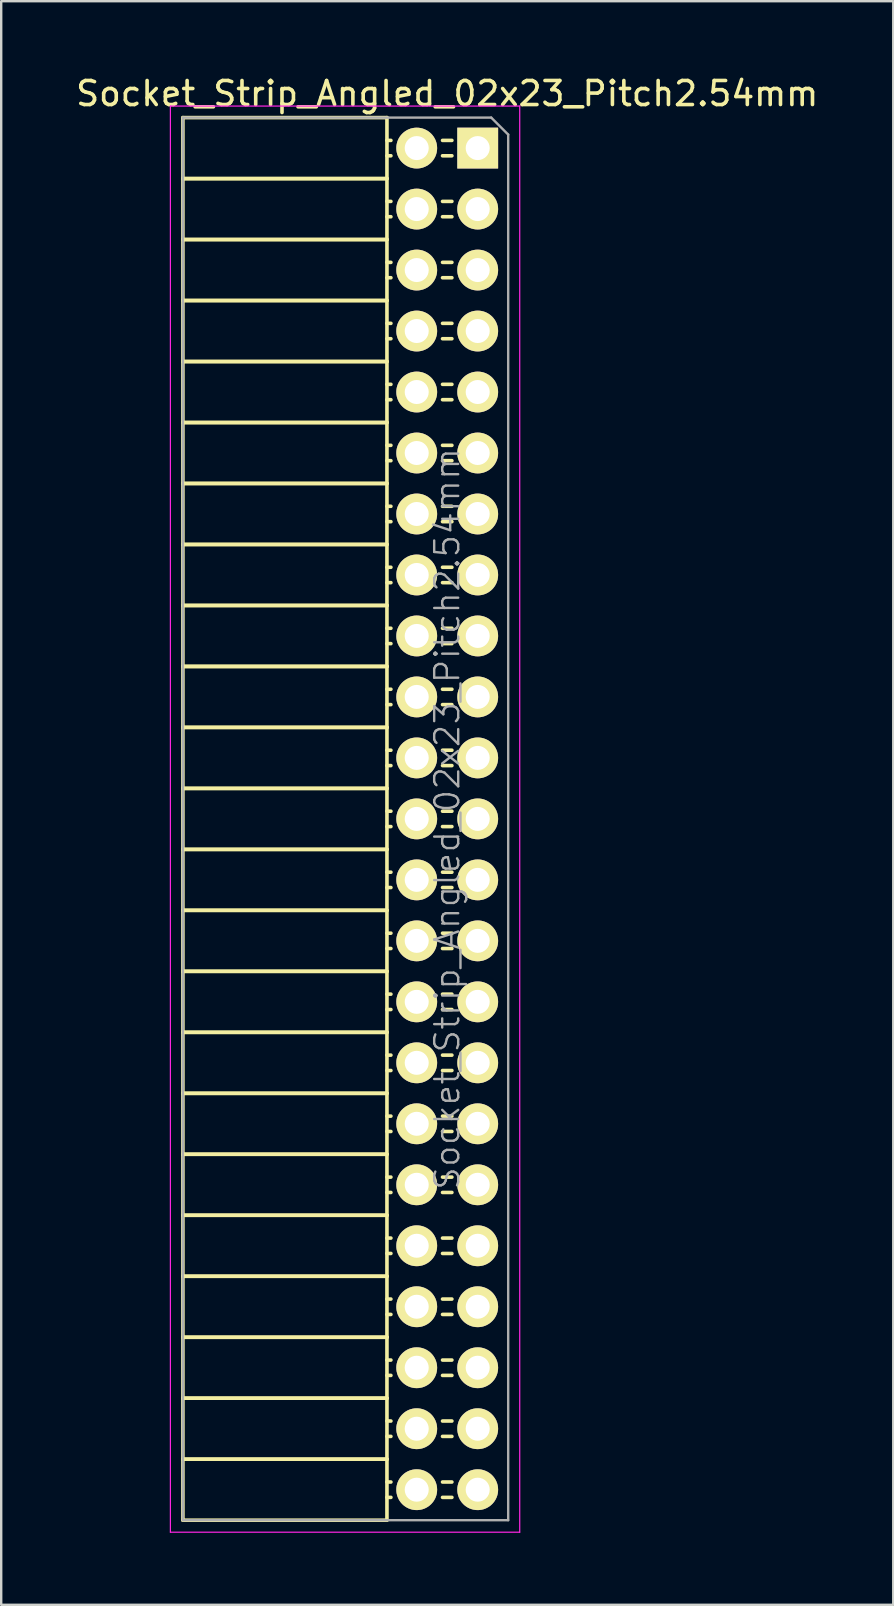
<source format=kicad_pcb>
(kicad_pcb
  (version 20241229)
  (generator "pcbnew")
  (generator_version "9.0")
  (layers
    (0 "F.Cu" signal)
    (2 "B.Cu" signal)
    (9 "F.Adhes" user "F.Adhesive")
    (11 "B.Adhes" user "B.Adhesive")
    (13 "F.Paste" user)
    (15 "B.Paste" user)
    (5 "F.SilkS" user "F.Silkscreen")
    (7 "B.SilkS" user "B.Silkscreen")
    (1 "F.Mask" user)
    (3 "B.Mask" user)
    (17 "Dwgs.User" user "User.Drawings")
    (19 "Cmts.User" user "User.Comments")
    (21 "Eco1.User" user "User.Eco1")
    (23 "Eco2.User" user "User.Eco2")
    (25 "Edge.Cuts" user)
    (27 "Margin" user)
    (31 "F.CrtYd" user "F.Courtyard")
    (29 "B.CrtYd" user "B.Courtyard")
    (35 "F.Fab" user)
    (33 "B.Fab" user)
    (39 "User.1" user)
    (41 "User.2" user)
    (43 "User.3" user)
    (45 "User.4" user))
  (footprint "Socket_Strip_Angled_02x23_Pitch2.54mm"
    (layer "F.Cu")
    (at 16.847 3.118)
    (property "Reference" "Socket_Strip_Angled_02x23_Pitch2.54mm" (at -1.27 -2.27 0) (layer "F.SilkS") (effects (font (size 1 1) (thickness 0.15))))
    (attr smd)
    (fp_line (start -12.28 -1.27) (end -12.28 1.27) (stroke (width 0.15) (type solid)) (layer "F.SilkS"))
    (fp_line (start -12.28 -1.27) (end -3.78 -1.27) (stroke (width 0.15) (type solid)) (layer "F.SilkS"))
    (fp_line (start -12.28 1.27) (end -12.28 3.81) (stroke (width 0.15) (type solid)) (layer "F.SilkS"))
    (fp_line (start -12.28 1.27) (end -3.78 1.27) (stroke (width 0.15) (type solid)) (layer "F.SilkS"))
    (fp_line (start -12.28 1.27) (end -3.78 1.27) (stroke (width 0.15) (type solid)) (layer "F.SilkS"))
    (fp_line (start -12.28 3.81) (end -12.28 6.35) (stroke (width 0.15) (type solid)) (layer "F.SilkS"))
    (fp_line (start -12.28 3.81) (end -3.78 3.81) (stroke (width 0.15) (type solid)) (layer "F.SilkS"))
    (fp_line (start -12.28 3.81) (end -3.78 3.81) (stroke (width 0.15) (type solid)) (layer "F.SilkS"))
    (fp_line (start -12.28 6.35) (end -12.28 8.89) (stroke (width 0.15) (type solid)) (layer "F.SilkS"))
    (fp_line (start -12.28 6.35) (end -3.78 6.35) (stroke (width 0.15) (type solid)) (layer "F.SilkS"))
    (fp_line (start -12.28 6.35) (end -3.78 6.35) (stroke (width 0.15) (type solid)) (layer "F.SilkS"))
    (fp_line (start -12.28 8.89) (end -12.28 11.43) (stroke (width 0.15) (type solid)) (layer "F.SilkS"))
    (fp_line (start -12.28 8.89) (end -3.78 8.89) (stroke (width 0.15) (type solid)) (layer "F.SilkS"))
    (fp_line (start -12.28 8.89) (end -3.78 8.89) (stroke (width 0.15) (type solid)) (layer "F.SilkS"))
    (fp_line (start -12.28 11.43) (end -12.28 13.97) (stroke (width 0.15) (type solid)) (layer "F.SilkS"))
    (fp_line (start -12.28 11.43) (end -3.78 11.43) (stroke (width 0.15) (type solid)) (layer "F.SilkS"))
    (fp_line (start -12.28 11.43) (end -3.78 11.43) (stroke (width 0.15) (type solid)) (layer "F.SilkS"))
    (fp_line (start -12.28 13.97) (end -12.28 16.51) (stroke (width 0.15) (type solid)) (layer "F.SilkS"))
    (fp_line (start -12.28 13.97) (end -3.78 13.97) (stroke (width 0.15) (type solid)) (layer "F.SilkS"))
    (fp_line (start -12.28 13.97) (end -3.78 13.97) (stroke (width 0.15) (type solid)) (layer "F.SilkS"))
    (fp_line (start -12.28 16.51) (end -12.28 19.05) (stroke (width 0.15) (type solid)) (layer "F.SilkS"))
    (fp_line (start -12.28 16.51) (end -3.78 16.51) (stroke (width 0.15) (type solid)) (layer "F.SilkS"))
    (fp_line (start -12.28 16.51) (end -3.78 16.51) (stroke (width 0.15) (type solid)) (layer "F.SilkS"))
    (fp_line (start -12.28 19.05) (end -12.28 21.59) (stroke (width 0.15) (type solid)) (layer "F.SilkS"))
    (fp_line (start -12.28 19.05) (end -3.78 19.05) (stroke (width 0.15) (type solid)) (layer "F.SilkS"))
    (fp_line (start -12.28 19.05) (end -3.78 19.05) (stroke (width 0.15) (type solid)) (layer "F.SilkS"))
    (fp_line (start -12.28 21.59) (end -12.28 24.13) (stroke (width 0.15) (type solid)) (layer "F.SilkS"))
    (fp_line (start -12.28 21.59) (end -3.78 21.59) (stroke (width 0.15) (type solid)) (layer "F.SilkS"))
    (fp_line (start -12.28 21.59) (end -3.78 21.59) (stroke (width 0.15) (type solid)) (layer "F.SilkS"))
    (fp_line (start -12.28 24.13) (end -12.28 26.67) (stroke (width 0.15) (type solid)) (layer "F.SilkS"))
    (fp_line (start -12.28 24.13) (end -3.78 24.13) (stroke (width 0.15) (type solid)) (layer "F.SilkS"))
    (fp_line (start -12.28 24.13) (end -3.78 24.13) (stroke (width 0.15) (type solid)) (layer "F.SilkS"))
    (fp_line (start -12.28 26.67) (end -12.28 29.21) (stroke (width 0.15) (type solid)) (layer "F.SilkS"))
    (fp_line (start -12.28 26.67) (end -3.78 26.67) (stroke (width 0.15) (type solid)) (layer "F.SilkS"))
    (fp_line (start -12.28 26.67) (end -3.78 26.67) (stroke (width 0.15) (type solid)) (layer "F.SilkS"))
    (fp_line (start -12.28 29.21) (end -12.28 31.75) (stroke (width 0.15) (type solid)) (layer "F.SilkS"))
    (fp_line (start -12.28 29.21) (end -3.78 29.21) (stroke (width 0.15) (type solid)) (layer "F.SilkS"))
    (fp_line (start -12.28 29.21) (end -3.78 29.21) (stroke (width 0.15) (type solid)) (layer "F.SilkS"))
    (fp_line (start -12.28 31.75) (end -12.28 34.29) (stroke (width 0.15) (type solid)) (layer "F.SilkS"))
    (fp_line (start -12.28 31.75) (end -3.78 31.75) (stroke (width 0.15) (type solid)) (layer "F.SilkS"))
    (fp_line (start -12.28 31.75) (end -3.78 31.75) (stroke (width 0.15) (type solid)) (layer "F.SilkS"))
    (fp_line (start -12.28 34.29) (end -12.28 36.83) (stroke (width 0.15) (type solid)) (layer "F.SilkS"))
    (fp_line (start -12.28 34.29) (end -3.78 34.29) (stroke (width 0.15) (type solid)) (layer "F.SilkS"))
    (fp_line (start -12.28 34.29) (end -3.78 34.29) (stroke (width 0.15) (type solid)) (layer "F.SilkS"))
    (fp_line (start -12.28 36.83) (end -12.28 39.37) (stroke (width 0.15) (type solid)) (layer "F.SilkS"))
    (fp_line (start -12.28 36.83) (end -3.78 36.83) (stroke (width 0.15) (type solid)) (layer "F.SilkS"))
    (fp_line (start -12.28 36.83) (end -3.78 36.83) (stroke (width 0.15) (type solid)) (layer "F.SilkS"))
    (fp_line (start -12.28 39.37) (end -12.28 41.91) (stroke (width 0.15) (type solid)) (layer "F.SilkS"))
    (fp_line (start -12.28 39.37) (end -3.78 39.37) (stroke (width 0.15) (type solid)) (layer "F.SilkS"))
    (fp_line (start -12.28 39.37) (end -3.78 39.37) (stroke (width 0.15) (type solid)) (layer "F.SilkS"))
    (fp_line (start -12.28 41.91) (end -12.28 44.45) (stroke (width 0.15) (type solid)) (layer "F.SilkS"))
    (fp_line (start -12.28 41.91) (end -3.78 41.91) (stroke (width 0.15) (type solid)) (layer "F.SilkS"))
    (fp_line (start -12.28 41.91) (end -3.78 41.91) (stroke (width 0.15) (type solid)) (layer "F.SilkS"))
    (fp_line (start -12.28 44.45) (end -12.28 46.99) (stroke (width 0.15) (type solid)) (layer "F.SilkS"))
    (fp_line (start -12.28 44.45) (end -3.78 44.45) (stroke (width 0.15) (type solid)) (layer "F.SilkS"))
    (fp_line (start -12.28 44.45) (end -3.78 44.45) (stroke (width 0.15) (type solid)) (layer "F.SilkS"))
    (fp_line (start -12.28 46.99) (end -12.28 49.53) (stroke (width 0.15) (type solid)) (layer "F.SilkS"))
    (fp_line (start -12.28 46.99) (end -3.78 46.99) (stroke (width 0.15) (type solid)) (layer "F.SilkS"))
    (fp_line (start -12.28 46.99) (end -3.78 46.99) (stroke (width 0.15) (type solid)) (layer "F.SilkS"))
    (fp_line (start -12.28 49.53) (end -12.28 52.07) (stroke (width 0.15) (type solid)) (layer "F.SilkS"))
    (fp_line (start -12.28 49.53) (end -3.78 49.53) (stroke (width 0.15) (type solid)) (layer "F.SilkS"))
    (fp_line (start -12.28 49.53) (end -3.78 49.53) (stroke (width 0.15) (type solid)) (layer "F.SilkS"))
    (fp_line (start -12.28 52.07) (end -12.28 54.61) (stroke (width 0.15) (type solid)) (layer "F.SilkS"))
    (fp_line (start -12.28 52.07) (end -3.78 52.07) (stroke (width 0.15) (type solid)) (layer "F.SilkS"))
    (fp_line (start -12.28 52.07) (end -3.78 52.07) (stroke (width 0.15) (type solid)) (layer "F.SilkS"))
    (fp_line (start -12.28 54.61) (end -12.28 57.15) (stroke (width 0.15) (type solid)) (layer "F.SilkS"))
    (fp_line (start -12.28 54.61) (end -3.78 54.61) (stroke (width 0.15) (type solid)) (layer "F.SilkS"))
    (fp_line (start -12.28 54.61) (end -3.78 54.61) (stroke (width 0.15) (type solid)) (layer "F.SilkS"))
    (fp_line (start -12.28 57.15) (end -3.78 57.15) (stroke (width 0.15) (type solid)) (layer "F.SilkS"))
    (fp_line (start -3.78 -1.27) (end -3.78 1.27) (stroke (width 0.15) (type solid)) (layer "F.SilkS"))
    (fp_line (start -3.78 -0.32) (end -3.615 -0.32) (stroke (width 0.15) (type solid)) (layer "F.SilkS"))
    (fp_line (start -3.78 0.32) (end -3.615 0.32) (stroke (width 0.15) (type solid)) (layer "F.SilkS"))
    (fp_line (start -3.78 1.27) (end -3.78 3.81) (stroke (width 0.15) (type solid)) (layer "F.SilkS"))
    (fp_line (start -3.78 2.22) (end -3.615 2.22) (stroke (width 0.15) (type solid)) (layer "F.SilkS"))
    (fp_line (start -3.78 2.86) (end -3.615 2.86) (stroke (width 0.15) (type solid)) (layer "F.SilkS"))
    (fp_line (start -3.78 3.81) (end -3.78 6.35) (stroke (width 0.15) (type solid)) (layer "F.SilkS"))
    (fp_line (start -3.78 4.76) (end -3.615 4.76) (stroke (width 0.15) (type solid)) (layer "F.SilkS"))
    (fp_line (start -3.78 5.4) (end -3.615 5.4) (stroke (width 0.15) (type solid)) (layer "F.SilkS"))
    (fp_line (start -3.78 6.35) (end -3.78 8.89) (stroke (width 0.15) (type solid)) (layer "F.SilkS"))
    (fp_line (start -3.78 7.3) (end -3.615 7.3) (stroke (width 0.15) (type solid)) (layer "F.SilkS"))
    (fp_line (start -3.78 7.94) (end -3.615 7.94) (stroke (width 0.15) (type solid)) (layer "F.SilkS"))
    (fp_line (start -3.78 8.89) (end -3.78 11.43) (stroke (width 0.15) (type solid)) (layer "F.SilkS"))
    (fp_line (start -3.78 9.84) (end -3.615 9.84) (stroke (width 0.15) (type solid)) (layer "F.SilkS"))
    (fp_line (start -3.78 10.48) (end -3.615 10.48) (stroke (width 0.15) (type solid)) (layer "F.SilkS"))
    (fp_line (start -3.78 11.43) (end -3.78 13.97) (stroke (width 0.15) (type solid)) (layer "F.SilkS"))
    (fp_line (start -3.78 12.38) (end -3.615 12.38) (stroke (width 0.15) (type solid)) (layer "F.SilkS"))
    (fp_line (start -3.78 13.02) (end -3.615 13.02) (stroke (width 0.15) (type solid)) (layer "F.SilkS"))
    (fp_line (start -3.78 13.97) (end -3.78 16.51) (stroke (width 0.15) (type solid)) (layer "F.SilkS"))
    (fp_line (start -3.78 14.92) (end -3.615 14.92) (stroke (width 0.15) (type solid)) (layer "F.SilkS"))
    (fp_line (start -3.78 15.56) (end -3.615 15.56) (stroke (width 0.15) (type solid)) (layer "F.SilkS"))
    (fp_line (start -3.78 16.51) (end -3.78 19.05) (stroke (width 0.15) (type solid)) (layer "F.SilkS"))
    (fp_line (start -3.78 17.46) (end -3.615 17.46) (stroke (width 0.15) (type solid)) (layer "F.SilkS"))
    (fp_line (start -3.78 18.1) (end -3.615 18.1) (stroke (width 0.15) (type solid)) (layer "F.SilkS"))
    (fp_line (start -3.78 19.05) (end -3.78 21.59) (stroke (width 0.15) (type solid)) (layer "F.SilkS"))
    (fp_line (start -3.78 20) (end -3.615 20) (stroke (width 0.15) (type solid)) (layer "F.SilkS"))
    (fp_line (start -3.78 20.64) (end -3.615 20.64) (stroke (width 0.15) (type solid)) (layer "F.SilkS"))
    (fp_line (start -3.78 21.59) (end -3.78 24.13) (stroke (width 0.15) (type solid)) (layer "F.SilkS"))
    (fp_line (start -3.78 22.54) (end -3.615 22.54) (stroke (width 0.15) (type solid)) (layer "F.SilkS"))
    (fp_line (start -3.78 23.18) (end -3.615 23.18) (stroke (width 0.15) (type solid)) (layer "F.SilkS"))
    (fp_line (start -3.78 24.13) (end -3.78 26.67) (stroke (width 0.15) (type solid)) (layer "F.SilkS"))
    (fp_line (start -3.78 25.08) (end -3.615 25.08) (stroke (width 0.15) (type solid)) (layer "F.SilkS"))
    (fp_line (start -3.78 25.72) (end -3.615 25.72) (stroke (width 0.15) (type solid)) (layer "F.SilkS"))
    (fp_line (start -3.78 26.67) (end -3.78 29.21) (stroke (width 0.15) (type solid)) (layer "F.SilkS"))
    (fp_line (start -3.78 27.62) (end -3.615 27.62) (stroke (width 0.15) (type solid)) (layer "F.SilkS"))
    (fp_line (start -3.78 28.26) (end -3.615 28.26) (stroke (width 0.15) (type solid)) (layer "F.SilkS"))
    (fp_line (start -3.78 29.21) (end -3.78 31.75) (stroke (width 0.15) (type solid)) (layer "F.SilkS"))
    (fp_line (start -3.78 30.16) (end -3.615 30.16) (stroke (width 0.15) (type solid)) (layer "F.SilkS"))
    (fp_line (start -3.78 30.8) (end -3.615 30.8) (stroke (width 0.15) (type solid)) (layer "F.SilkS"))
    (fp_line (start -3.78 31.75) (end -3.78 34.29) (stroke (width 0.15) (type solid)) (layer "F.SilkS"))
    (fp_line (start -3.78 32.7) (end -3.615 32.7) (stroke (width 0.15) (type solid)) (layer "F.SilkS"))
    (fp_line (start -3.78 33.34) (end -3.615 33.34) (stroke (width 0.15) (type solid)) (layer "F.SilkS"))
    (fp_line (start -3.78 34.29) (end -3.78 36.83) (stroke (width 0.15) (type solid)) (layer "F.SilkS"))
    (fp_line (start -3.78 35.24) (end -3.615 35.24) (stroke (width 0.15) (type solid)) (layer "F.SilkS"))
    (fp_line (start -3.78 35.88) (end -3.615 35.88) (stroke (width 0.15) (type solid)) (layer "F.SilkS"))
    (fp_line (start -3.78 36.83) (end -3.78 39.37) (stroke (width 0.15) (type solid)) (layer "F.SilkS"))
    (fp_line (start -3.78 37.78) (end -3.615 37.78) (stroke (width 0.15) (type solid)) (layer "F.SilkS"))
    (fp_line (start -3.78 38.42) (end -3.615 38.42) (stroke (width 0.15) (type solid)) (layer "F.SilkS"))
    (fp_line (start -3.78 39.37) (end -3.78 41.91) (stroke (width 0.15) (type solid)) (layer "F.SilkS"))
    (fp_line (start -3.78 40.32) (end -3.615 40.32) (stroke (width 0.15) (type solid)) (layer "F.SilkS"))
    (fp_line (start -3.78 40.96) (end -3.615 40.96) (stroke (width 0.15) (type solid)) (layer "F.SilkS"))
    (fp_line (start -3.78 41.91) (end -3.78 44.45) (stroke (width 0.15) (type solid)) (layer "F.SilkS"))
    (fp_line (start -3.78 42.86) (end -3.615 42.86) (stroke (width 0.15) (type solid)) (layer "F.SilkS"))
    (fp_line (start -3.78 43.5) (end -3.615 43.5) (stroke (width 0.15) (type solid)) (layer "F.SilkS"))
    (fp_line (start -3.78 44.45) (end -3.78 46.99) (stroke (width 0.15) (type solid)) (layer "F.SilkS"))
    (fp_line (start -3.78 45.4) (end -3.615 45.4) (stroke (width 0.15) (type solid)) (layer "F.SilkS"))
    (fp_line (start -3.78 46.04) (end -3.615 46.04) (stroke (width 0.15) (type solid)) (layer "F.SilkS"))
    (fp_line (start -3.78 46.99) (end -3.78 49.53) (stroke (width 0.15) (type solid)) (layer "F.SilkS"))
    (fp_line (start -3.78 47.94) (end -3.615 47.94) (stroke (width 0.15) (type solid)) (layer "F.SilkS"))
    (fp_line (start -3.78 48.58) (end -3.615 48.58) (stroke (width 0.15) (type solid)) (layer "F.SilkS"))
    (fp_line (start -3.78 49.53) (end -3.78 52.07) (stroke (width 0.15) (type solid)) (layer "F.SilkS"))
    (fp_line (start -3.78 50.48) (end -3.615 50.48) (stroke (width 0.15) (type solid)) (layer "F.SilkS"))
    (fp_line (start -3.78 51.12) (end -3.615 51.12) (stroke (width 0.15) (type solid)) (layer "F.SilkS"))
    (fp_line (start -3.78 52.07) (end -3.78 54.61) (stroke (width 0.15) (type solid)) (layer "F.SilkS"))
    (fp_line (start -3.78 53.02) (end -3.615 53.02) (stroke (width 0.15) (type solid)) (layer "F.SilkS"))
    (fp_line (start -3.78 53.66) (end -3.615 53.66) (stroke (width 0.15) (type solid)) (layer "F.SilkS"))
    (fp_line (start -3.78 54.61) (end -3.78 57.15) (stroke (width 0.15) (type solid)) (layer "F.SilkS"))
    (fp_line (start -3.78 55.56) (end -3.615 55.56) (stroke (width 0.15) (type solid)) (layer "F.SilkS"))
    (fp_line (start -3.78 56.2) (end -3.615 56.2) (stroke (width 0.15) (type solid)) (layer "F.SilkS"))
    (fp_line (start -1.075 -0.32) (end -1.465 -0.32) (stroke (width 0.15) (type solid)) (layer "F.SilkS"))
    (fp_line (start -1.075 0.32) (end -1.465 0.32) (stroke (width 0.15) (type solid)) (layer "F.SilkS"))
    (fp_line (start -1.075 2.22) (end -1.465 2.22) (stroke (width 0.15) (type solid)) (layer "F.SilkS"))
    (fp_line (start -1.075 2.86) (end -1.465 2.86) (stroke (width 0.15) (type solid)) (layer "F.SilkS"))
    (fp_line (start -1.075 4.76) (end -1.465 4.76) (stroke (width 0.15) (type solid)) (layer "F.SilkS"))
    (fp_line (start -1.075 5.4) (end -1.465 5.4) (stroke (width 0.15) (type solid)) (layer "F.SilkS"))
    (fp_line (start -1.075 7.3) (end -1.465 7.3) (stroke (width 0.15) (type solid)) (layer "F.SilkS"))
    (fp_line (start -1.075 7.94) (end -1.465 7.94) (stroke (width 0.15) (type solid)) (layer "F.SilkS"))
    (fp_line (start -1.075 9.84) (end -1.465 9.84) (stroke (width 0.15) (type solid)) (layer "F.SilkS"))
    (fp_line (start -1.075 10.48) (end -1.465 10.48) (stroke (width 0.15) (type solid)) (layer "F.SilkS"))
    (fp_line (start -1.075 12.38) (end -1.465 12.38) (stroke (width 0.15) (type solid)) (layer "F.SilkS"))
    (fp_line (start -1.075 13.02) (end -1.465 13.02) (stroke (width 0.15) (type solid)) (layer "F.SilkS"))
    (fp_line (start -1.075 14.92) (end -1.465 14.92) (stroke (width 0.15) (type solid)) (layer "F.SilkS"))
    (fp_line (start -1.075 15.56) (end -1.465 15.56) (stroke (width 0.15) (type solid)) (layer "F.SilkS"))
    (fp_line (start -1.075 17.46) (end -1.465 17.46) (stroke (width 0.15) (type solid)) (layer "F.SilkS"))
    (fp_line (start -1.075 18.1) (end -1.465 18.1) (stroke (width 0.15) (type solid)) (layer "F.SilkS"))
    (fp_line (start -1.075 20) (end -1.465 20) (stroke (width 0.15) (type solid)) (layer "F.SilkS"))
    (fp_line (start -1.075 20.64) (end -1.465 20.64) (stroke (width 0.15) (type solid)) (layer "F.SilkS"))
    (fp_line (start -1.075 22.54) (end -1.465 22.54) (stroke (width 0.15) (type solid)) (layer "F.SilkS"))
    (fp_line (start -1.075 23.18) (end -1.465 23.18) (stroke (width 0.15) (type solid)) (layer "F.SilkS"))
    (fp_line (start -1.075 25.08) (end -1.465 25.08) (stroke (width 0.15) (type solid)) (layer "F.SilkS"))
    (fp_line (start -1.075 25.72) (end -1.465 25.72) (stroke (width 0.15) (type solid)) (layer "F.SilkS"))
    (fp_line (start -1.075 27.62) (end -1.465 27.62) (stroke (width 0.15) (type solid)) (layer "F.SilkS"))
    (fp_line (start -1.075 28.26) (end -1.465 28.26) (stroke (width 0.15) (type solid)) (layer "F.SilkS"))
    (fp_line (start -1.075 30.16) (end -1.465 30.16) (stroke (width 0.15) (type solid)) (layer "F.SilkS"))
    (fp_line (start -1.075 30.8) (end -1.465 30.8) (stroke (width 0.15) (type solid)) (layer "F.SilkS"))
    (fp_line (start -1.075 32.7) (end -1.465 32.7) (stroke (width 0.15) (type solid)) (layer "F.SilkS"))
    (fp_line (start -1.075 33.34) (end -1.465 33.34) (stroke (width 0.15) (type solid)) (layer "F.SilkS"))
    (fp_line (start -1.075 35.24) (end -1.465 35.24) (stroke (width 0.15) (type solid)) (layer "F.SilkS"))
    (fp_line (start -1.075 35.88) (end -1.465 35.88) (stroke (width 0.15) (type solid)) (layer "F.SilkS"))
    (fp_line (start -1.075 37.78) (end -1.465 37.78) (stroke (width 0.15) (type solid)) (layer "F.SilkS"))
    (fp_line (start -1.075 38.42) (end -1.465 38.42) (stroke (width 0.15) (type solid)) (layer "F.SilkS"))
    (fp_line (start -1.075 40.32) (end -1.465 40.32) (stroke (width 0.15) (type solid)) (layer "F.SilkS"))
    (fp_line (start -1.075 40.96) (end -1.465 40.96) (stroke (width 0.15) (type solid)) (layer "F.SilkS"))
    (fp_line (start -1.075 42.86) (end -1.465 42.86) (stroke (width 0.15) (type solid)) (layer "F.SilkS"))
    (fp_line (start -1.075 43.5) (end -1.465 43.5) (stroke (width 0.15) (type solid)) (layer "F.SilkS"))
    (fp_line (start -1.075 45.4) (end -1.465 45.4) (stroke (width 0.15) (type solid)) (layer "F.SilkS"))
    (fp_line (start -1.075 46.04) (end -1.465 46.04) (stroke (width 0.15) (type solid)) (layer "F.SilkS"))
    (fp_line (start -1.075 47.94) (end -1.465 47.94) (stroke (width 0.15) (type solid)) (layer "F.SilkS"))
    (fp_line (start -1.075 48.58) (end -1.465 48.58) (stroke (width 0.15) (type solid)) (layer "F.SilkS"))
    (fp_line (start -1.075 50.48) (end -1.465 50.48) (stroke (width 0.15) (type solid)) (layer "F.SilkS"))
    (fp_line (start -1.075 51.12) (end -1.465 51.12) (stroke (width 0.15) (type solid)) (layer "F.SilkS"))
    (fp_line (start -1.075 53.02) (end -1.465 53.02) (stroke (width 0.15) (type solid)) (layer "F.SilkS"))
    (fp_line (start -1.075 53.66) (end -1.465 53.66) (stroke (width 0.15) (type solid)) (layer "F.SilkS"))
    (fp_line (start -1.075 55.56) (end -1.465 55.56) (stroke (width 0.15) (type solid)) (layer "F.SilkS"))
    (fp_line (start -1.075 56.2) (end -1.465 56.2) (stroke (width 0.15) (type solid)) (layer "F.SilkS"))
    (fp_line (start -12.8 -1.75) (end 1.75 -1.75) (stroke (width 0.05) (type solid)) (layer "F.CrtYd"))
    (fp_line (start -12.8 57.65) (end -12.8 -1.75) (stroke (width 0.05) (type solid)) (layer "F.CrtYd"))
    (fp_line (start -12.8 57.65) (end 1.75 57.65) (stroke (width 0.05) (type solid)) (layer "F.CrtYd"))
    (fp_line (start 1.75 57.65) (end 1.75 -1.75) (stroke (width 0.05) (type solid)) (layer "F.CrtYd"))
    (fp_line (start -12.28 -1.27) (end 0.563 -1.27) (stroke (width 0.1) (type solid)) (layer "F.Fab"))
    (fp_line (start -12.28 57.15) (end -12.28 -1.27) (stroke (width 0.1) (type solid)) (layer "F.Fab"))
    (fp_line (start -12.28 57.15) (end 1.27 57.15) (stroke (width 0.1) (type solid)) (layer "F.Fab"))
    (fp_line (start 1.27 -0.563) (end 0.563 -1.27) (stroke (width 0.1) (type solid)) (layer "F.Fab"))
    (fp_line (start 1.27 57.15) (end 1.27 -0.563) (stroke (width 0.1) (type solid)) (layer "F.Fab"))
    (fp_text user "${REFERENCE}" (at -1.27 27.94 90) (layer "F.Fab") (effects (font (size 1 1) (thickness 0.1))))
    (pad "1" thru_hole rect (at 0 0) (size 1.7 1.7) (drill 1) (layers "*.Cu" "*.Mask" "F.SilkS"))
    (pad "2" thru_hole oval (at -2.54 0) (size 1.7 1.7) (drill 1) (layers "*.Cu" "*.Mask" "F.SilkS"))
    (pad "3" thru_hole oval (at 0 2.54) (size 1.7 1.7) (drill 1) (layers "*.Cu" "*.Mask" "F.SilkS"))
    (pad "4" thru_hole oval (at -2.54 2.54) (size 1.7 1.7) (drill 1) (layers "*.Cu" "*.Mask" "F.SilkS"))
    (pad "5" thru_hole oval (at 0 5.08) (size 1.7 1.7) (drill 1) (layers "*.Cu" "*.Mask" "F.SilkS"))
    (pad "6" thru_hole oval (at -2.54 5.08) (size 1.7 1.7) (drill 1) (layers "*.Cu" "*.Mask" "F.SilkS"))
    (pad "7" thru_hole oval (at 0 7.62) (size 1.7 1.7) (drill 1) (layers "*.Cu" "*.Mask" "F.SilkS"))
    (pad "8" thru_hole oval (at -2.54 7.62) (size 1.7 1.7) (drill 1) (layers "*.Cu" "*.Mask" "F.SilkS"))
    (pad "9" thru_hole oval (at 0 10.16) (size 1.7 1.7) (drill 1) (layers "*.Cu" "*.Mask" "F.SilkS"))
    (pad "10" thru_hole oval (at -2.54 10.16) (size 1.7 1.7) (drill 1) (layers "*.Cu" "*.Mask" "F.SilkS"))
    (pad "11" thru_hole oval (at 0 12.7) (size 1.7 1.7) (drill 1) (layers "*.Cu" "*.Mask" "F.SilkS"))
    (pad "12" thru_hole oval (at -2.54 12.7) (size 1.7 1.7) (drill 1) (layers "*.Cu" "*.Mask" "F.SilkS"))
    (pad "13" thru_hole oval (at 0 15.24) (size 1.7 1.7) (drill 1) (layers "*.Cu" "*.Mask" "F.SilkS"))
    (pad "14" thru_hole oval (at -2.54 15.24) (size 1.7 1.7) (drill 1) (layers "*.Cu" "*.Mask" "F.SilkS"))
    (pad "15" thru_hole oval (at 0 17.78) (size 1.7 1.7) (drill 1) (layers "*.Cu" "*.Mask" "F.SilkS"))
    (pad "16" thru_hole oval (at -2.54 17.78) (size 1.7 1.7) (drill 1) (layers "*.Cu" "*.Mask" "F.SilkS"))
    (pad "17" thru_hole oval (at 0 20.32) (size 1.7 1.7) (drill 1) (layers "*.Cu" "*.Mask" "F.SilkS"))
    (pad "18" thru_hole oval (at -2.54 20.32) (size 1.7 1.7) (drill 1) (layers "*.Cu" "*.Mask" "F.SilkS"))
    (pad "19" thru_hole oval (at 0 22.86) (size 1.7 1.7) (drill 1) (layers "*.Cu" "*.Mask" "F.SilkS"))
    (pad "20" thru_hole oval (at -2.54 22.86) (size 1.7 1.7) (drill 1) (layers "*.Cu" "*.Mask" "F.SilkS"))
    (pad "21" thru_hole oval (at 0 25.4) (size 1.7 1.7) (drill 1) (layers "*.Cu" "*.Mask" "F.SilkS"))
    (pad "22" thru_hole oval (at -2.54 25.4) (size 1.7 1.7) (drill 1) (layers "*.Cu" "*.Mask" "F.SilkS"))
    (pad "23" thru_hole oval (at 0 27.94) (size 1.7 1.7) (drill 1) (layers "*.Cu" "*.Mask" "F.SilkS"))
    (pad "24" thru_hole oval (at -2.54 27.94) (size 1.7 1.7) (drill 1) (layers "*.Cu" "*.Mask" "F.SilkS"))
    (pad "25" thru_hole oval (at 0 30.48) (size 1.7 1.7) (drill 1) (layers "*.Cu" "*.Mask" "F.SilkS"))
    (pad "26" thru_hole oval (at -2.54 30.48) (size 1.7 1.7) (drill 1) (layers "*.Cu" "*.Mask" "F.SilkS"))
    (pad "27" thru_hole oval (at 0 33.02) (size 1.7 1.7) (drill 1) (layers "*.Cu" "*.Mask" "F.SilkS"))
    (pad "28" thru_hole oval (at -2.54 33.02) (size 1.7 1.7) (drill 1) (layers "*.Cu" "*.Mask" "F.SilkS"))
    (pad "29" thru_hole oval (at 0 35.56) (size 1.7 1.7) (drill 1) (layers "*.Cu" "*.Mask" "F.SilkS"))
    (pad "30" thru_hole oval (at -2.54 35.56) (size 1.7 1.7) (drill 1) (layers "*.Cu" "*.Mask" "F.SilkS"))
    (pad "31" thru_hole oval (at 0 38.1) (size 1.7 1.7) (drill 1) (layers "*.Cu" "*.Mask" "F.SilkS"))
    (pad "32" thru_hole oval (at -2.54 38.1) (size 1.7 1.7) (drill 1) (layers "*.Cu" "*.Mask" "F.SilkS"))
    (pad "33" thru_hole oval (at 0 40.64) (size 1.7 1.7) (drill 1) (layers "*.Cu" "*.Mask" "F.SilkS"))
    (pad "34" thru_hole oval (at -2.54 40.64) (size 1.7 1.7) (drill 1) (layers "*.Cu" "*.Mask" "F.SilkS"))
    (pad "35" thru_hole oval (at 0 43.18) (size 1.7 1.7) (drill 1) (layers "*.Cu" "*.Mask" "F.SilkS"))
    (pad "36" thru_hole oval (at -2.54 43.18) (size 1.7 1.7) (drill 1) (layers "*.Cu" "*.Mask" "F.SilkS"))
    (pad "37" thru_hole oval (at 0 45.72) (size 1.7 1.7) (drill 1) (layers "*.Cu" "*.Mask" "F.SilkS"))
    (pad "38" thru_hole oval (at -2.54 45.72) (size 1.7 1.7) (drill 1) (layers "*.Cu" "*.Mask" "F.SilkS"))
    (pad "39" thru_hole oval (at 0 48.26) (size 1.7 1.7) (drill 1) (layers "*.Cu" "*.Mask" "F.SilkS"))
    (pad "40" thru_hole oval (at -2.54 48.26) (size 1.7 1.7) (drill 1) (layers "*.Cu" "*.Mask" "F.SilkS"))
    (pad "41" thru_hole oval (at 0 50.8) (size 1.7 1.7) (drill 1) (layers "*.Cu" "*.Mask" "F.SilkS"))
    (pad "42" thru_hole oval (at -2.54 50.8) (size 1.7 1.7) (drill 1) (layers "*.Cu" "*.Mask" "F.SilkS"))
    (pad "43" thru_hole oval (at 0 53.34) (size 1.7 1.7) (drill 1) (layers "*.Cu" "*.Mask" "F.SilkS"))
    (pad "44" thru_hole oval (at -2.54 53.34) (size 1.7 1.7) (drill 1) (layers "*.Cu" "*.Mask" "F.SilkS"))
    (pad "45" thru_hole oval (at 0 55.88) (size 1.7 1.7) (drill 1) (layers "*.Cu" "*.Mask" "F.SilkS"))
    (pad "46" thru_hole oval (at -2.54 55.88) (size 1.7 1.7) (drill 1) (layers "*.Cu" "*.Mask" "F.SilkS")))
  (gr_rect
    (start -3 -3)
    (end 34.155 63.793)
    (stroke (width 0.1) (type default))
    (fill no)
    (layer "Edge.Cuts")))
</source>
